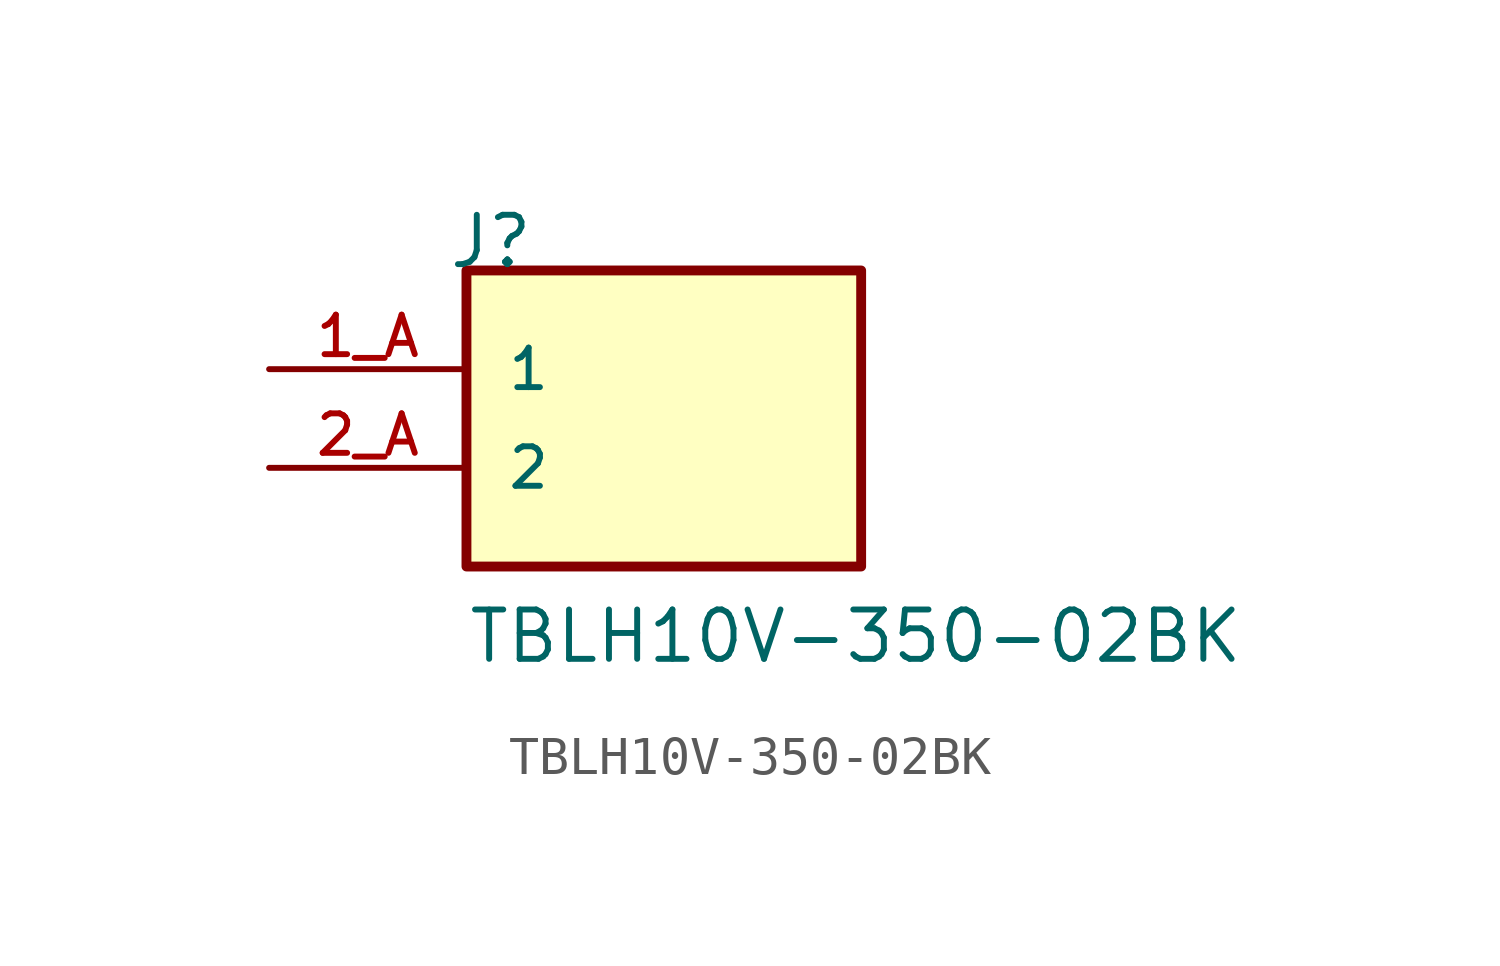
<source format=kicad_sym>
(kicad_symbol_lib
  (version 20211014)
  (generator kicad_symbol_editor)
  (symbol "TBLH10V-350-02BK"
    (pin_names
      (offset 1.016))
    (property "Reference" "J"
      (at -5.58 5.08 0)
      (effects (font (size 1.27 1.27)) (justify bottom left)))
    (property "Value" "TBLH10V-350-02BK"
      (at -5.08 -5.08 0)
      (effects (font (size 1.27 1.27)) (justify bottom left)))
    (symbol "TBLH10V-350-02BK_0_0"
      (rectangle (start -5.08 -2.54) (end 5.08 5.08) (stroke (width 0.254)) (fill (type background)))
      (pin passive line (at -10.16 2.54 0) (length 5.08) (name "1" (effects (font (size 1.016 1.016)))) (number "1_A" (effects (font (size 1.016 1.016)))))
      (pin passive line (at -10.16 0.0 0) (length 5.08) (name "2" (effects (font (size 1.016 1.016)))) (number "2_A" (effects (font (size 1.016 1.016))))))))
</source>
